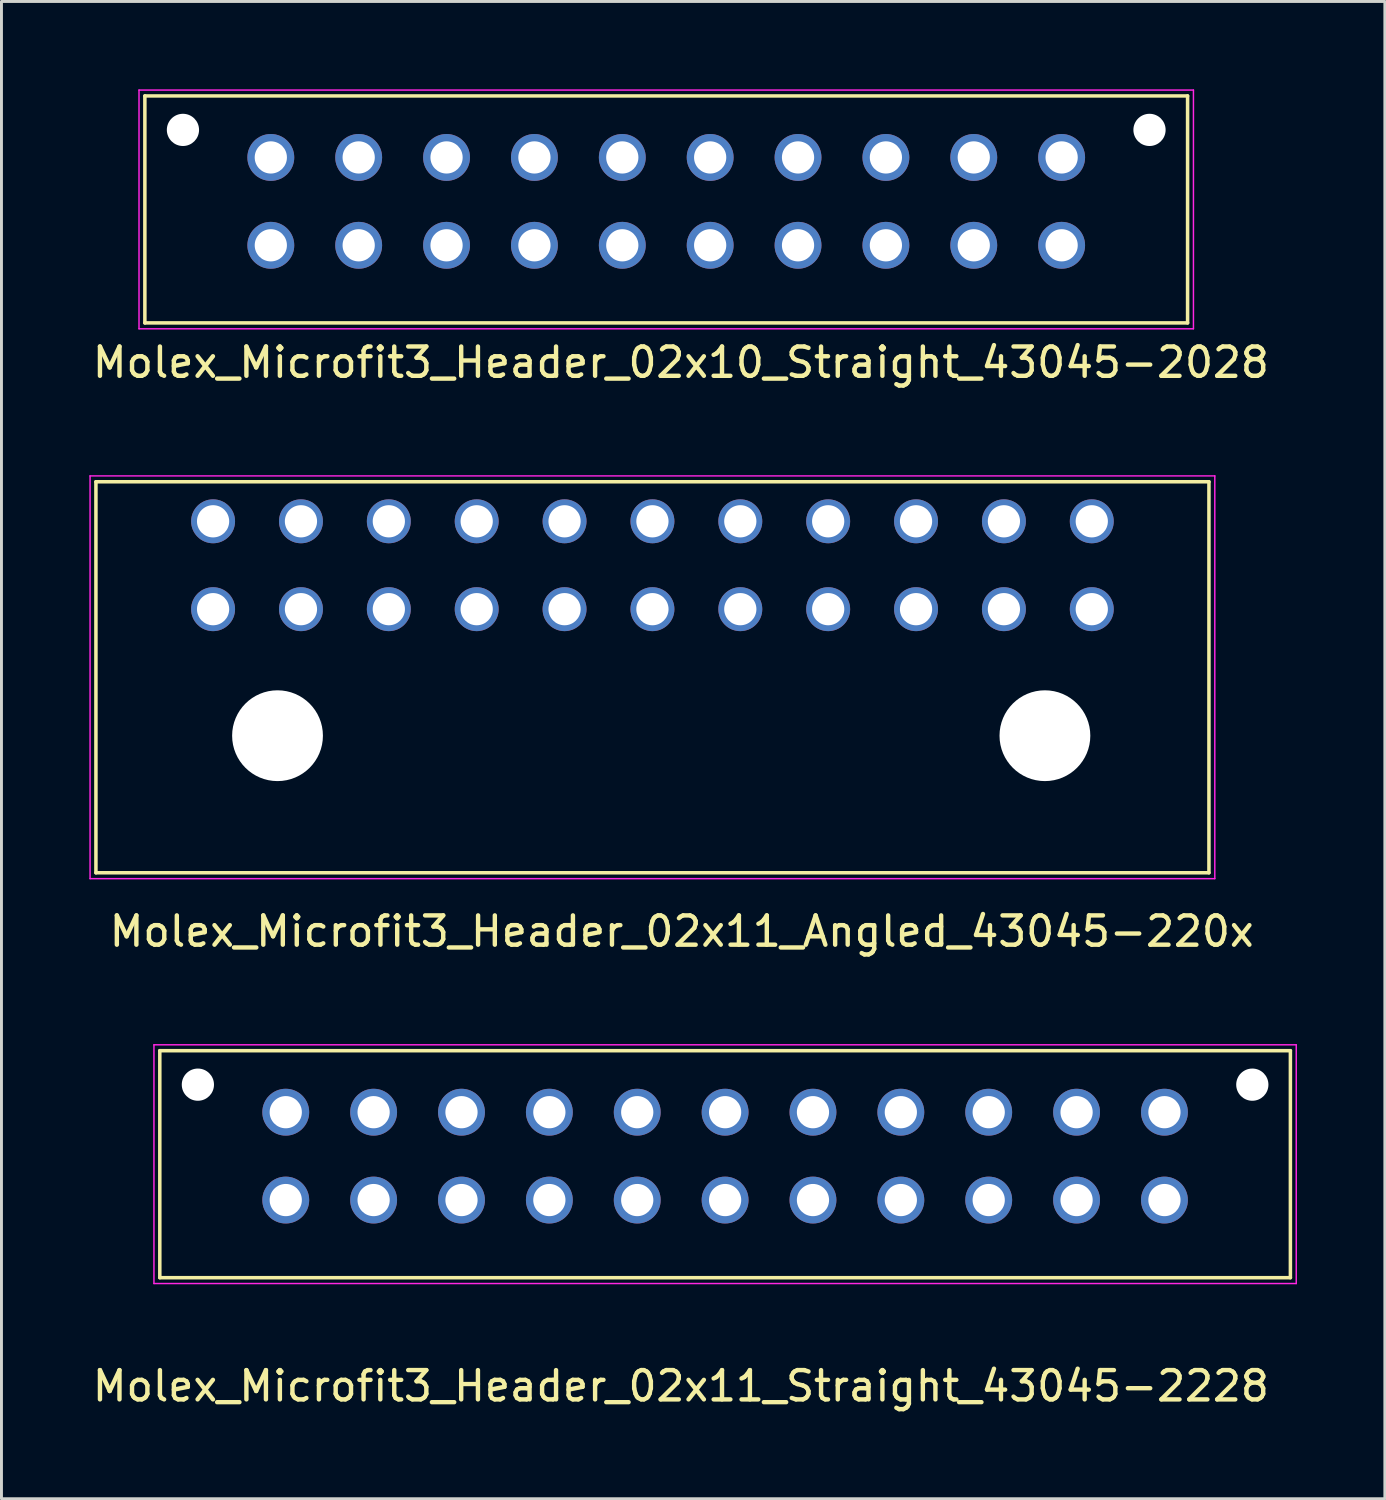
<source format=kicad_pcb>
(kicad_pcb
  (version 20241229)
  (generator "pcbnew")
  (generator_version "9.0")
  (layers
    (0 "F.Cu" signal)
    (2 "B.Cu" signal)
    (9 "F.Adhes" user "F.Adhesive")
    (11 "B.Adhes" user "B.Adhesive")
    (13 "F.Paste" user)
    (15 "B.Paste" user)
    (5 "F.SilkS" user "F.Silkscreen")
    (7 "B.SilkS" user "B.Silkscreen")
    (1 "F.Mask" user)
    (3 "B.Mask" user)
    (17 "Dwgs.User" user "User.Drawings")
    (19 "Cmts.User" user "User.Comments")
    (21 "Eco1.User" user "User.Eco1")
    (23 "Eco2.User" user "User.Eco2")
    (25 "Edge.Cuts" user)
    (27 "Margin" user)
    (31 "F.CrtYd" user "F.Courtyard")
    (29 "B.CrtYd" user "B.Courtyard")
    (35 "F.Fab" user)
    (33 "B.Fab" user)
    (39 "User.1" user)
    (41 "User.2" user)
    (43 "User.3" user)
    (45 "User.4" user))
  (footprint "Molex_Microfit3_Header_02x10_Straight_43045-2028"
    (layer "F.Cu")
    (at 33.196 5.325)
    (property "Reference" "Molex_Microfit3_Header_02x10_Straight_43045-2028" (at -13 4 0) (layer "F.SilkS") (effects (font (size 1 1) (thickness 0.15))))
    (attr through_hole)
    (fp_line (start -31.3 2.65) (end -31.3 -5.1) (stroke (width 0.12) (type solid)) (layer "F.SilkS"))
    (fp_line (start 4.3 -5.1) (end -31.3 -5.1) (stroke (width 0.12) (type solid)) (layer "F.SilkS"))
    (fp_line (start 4.3 2.65) (end -31.3 2.65) (stroke (width 0.12) (type solid)) (layer "F.SilkS"))
    (fp_line (start 4.3 2.65) (end 4.3 -5.1) (stroke (width 0.12) (type solid)) (layer "F.SilkS"))
    (fp_line (start -31.5 2.85) (end -31.5 -5.3) (stroke (width 0.05) (type solid)) (layer "F.CrtYd"))
    (fp_line (start 4.5 -5.3) (end -31.5 -5.3) (stroke (width 0.05) (type solid)) (layer "F.CrtYd"))
    (fp_line (start 4.5 2.85) (end -31.5 2.85) (stroke (width 0.05) (type solid)) (layer "F.CrtYd"))
    (fp_line (start 4.5 2.85) (end 4.5 -5.3) (stroke (width 0.05) (type solid)) (layer "F.CrtYd"))
    (pad "" np_thru_hole circle (at -30 -3.94) (size 1.1 1.1) (drill 1.1) (layers "*.Cu" "*.Mask"))
    (pad "" np_thru_hole circle (at 3 -3.94) (size 1.1 1.1) (drill 1.1) (layers "*.Cu" "*.Mask"))
    (pad "1" thru_hole circle (at 0 0) (size 1.6 1.6) (drill 1.1) (layers "*.Cu" "*.Mask"))
    (pad "2" thru_hole circle (at -3 0) (size 1.6 1.6) (drill 1.1) (layers "*.Cu" "*.Mask"))
    (pad "3" thru_hole circle (at -6 0) (size 1.6 1.6) (drill 1.1) (layers "*.Cu" "*.Mask"))
    (pad "4" thru_hole circle (at -9 0) (size 1.6 1.6) (drill 1.1) (layers "*.Cu" "*.Mask"))
    (pad "5" thru_hole circle (at -12 0) (size 1.6 1.6) (drill 1.1) (layers "*.Cu" "*.Mask"))
    (pad "6" thru_hole circle (at -15 0) (size 1.6 1.6) (drill 1.1) (layers "*.Cu" "*.Mask"))
    (pad "7" thru_hole circle (at -18 0) (size 1.6 1.6) (drill 1.1) (layers "*.Cu" "*.Mask"))
    (pad "8" thru_hole circle (at -21 0) (size 1.6 1.6) (drill 1.1) (layers "*.Cu" "*.Mask"))
    (pad "9" thru_hole circle (at -24 0) (size 1.6 1.6) (drill 1.1) (layers "*.Cu" "*.Mask"))
    (pad "10" thru_hole circle (at -27 0) (size 1.6 1.6) (drill 1.1) (layers "*.Cu" "*.Mask"))
    (pad "11" thru_hole circle (at 0 -3) (size 1.6 1.6) (drill 1.1) (layers "*.Cu" "*.Mask"))
    (pad "12" thru_hole circle (at -3 -3) (size 1.6 1.6) (drill 1.1) (layers "*.Cu" "*.Mask"))
    (pad "13" thru_hole circle (at -6 -3) (size 1.6 1.6) (drill 1.1) (layers "*.Cu" "*.Mask"))
    (pad "14" thru_hole circle (at -9 -3) (size 1.6 1.6) (drill 1.1) (layers "*.Cu" "*.Mask"))
    (pad "15" thru_hole circle (at -12 -3) (size 1.6 1.6) (drill 1.1) (layers "*.Cu" "*.Mask"))
    (pad "16" thru_hole circle (at -15 -3) (size 1.6 1.6) (drill 1.1) (layers "*.Cu" "*.Mask"))
    (pad "17" thru_hole circle (at -18 -3) (size 1.6 1.6) (drill 1.1) (layers "*.Cu" "*.Mask"))
    (pad "18" thru_hole circle (at -21 -3) (size 1.6 1.6) (drill 1.1) (layers "*.Cu" "*.Mask"))
    (pad "19" thru_hole circle (at -24 -3) (size 1.6 1.6) (drill 1.1) (layers "*.Cu" "*.Mask"))
    (pad "20" thru_hole circle (at -27 -3) (size 1.6 1.6) (drill 1.1) (layers "*.Cu" "*.Mask")))
  (footprint "Molex_Microfit3_Header_02x11_Straight_43045-2228"
    (layer "F.Cu")
    (at 36.706 37.922)
    (property "Reference" "Molex_Microfit3_Header_02x11_Straight_43045-2228" (at -16.51 6.35 0) (layer "F.SilkS") (effects (font (size 1 1) (thickness 0.15))))
    (attr through_hole)
    (fp_line (start -34.3 2.65) (end -34.3 -5.1) (stroke (width 0.12) (type solid)) (layer "F.SilkS"))
    (fp_line (start 4.3 -5.1) (end -34.3 -5.1) (stroke (width 0.12) (type solid)) (layer "F.SilkS"))
    (fp_line (start 4.3 2.65) (end -34.3 2.65) (stroke (width 0.12) (type solid)) (layer "F.SilkS"))
    (fp_line (start 4.3 2.65) (end 4.3 -5.1) (stroke (width 0.12) (type solid)) (layer "F.SilkS"))
    (fp_line (start -34.5 2.85) (end -34.5 -5.3) (stroke (width 0.05) (type solid)) (layer "F.CrtYd"))
    (fp_line (start 4.5 -5.3) (end -34.5 -5.3) (stroke (width 0.05) (type solid)) (layer "F.CrtYd"))
    (fp_line (start 4.5 2.85) (end -34.5 2.85) (stroke (width 0.05) (type solid)) (layer "F.CrtYd"))
    (fp_line (start 4.5 2.85) (end 4.5 -5.3) (stroke (width 0.05) (type solid)) (layer "F.CrtYd"))
    (pad "" np_thru_hole circle (at -33 -3.94) (size 1.1 1.1) (drill 1.1) (layers "*.Cu" "*.Mask"))
    (pad "" np_thru_hole circle (at 3 -3.94) (size 1.1 1.1) (drill 1.1) (layers "*.Cu" "*.Mask"))
    (pad "1" thru_hole circle (at 0 0) (size 1.6 1.6) (drill 1.1) (layers "*.Cu" "*.Mask"))
    (pad "2" thru_hole circle (at -3 0) (size 1.6 1.6) (drill 1.1) (layers "*.Cu" "*.Mask"))
    (pad "3" thru_hole circle (at -6 0) (size 1.6 1.6) (drill 1.1) (layers "*.Cu" "*.Mask"))
    (pad "4" thru_hole circle (at -9 0) (size 1.6 1.6) (drill 1.1) (layers "*.Cu" "*.Mask"))
    (pad "5" thru_hole circle (at -12 0) (size 1.6 1.6) (drill 1.1) (layers "*.Cu" "*.Mask"))
    (pad "6" thru_hole circle (at -15 0) (size 1.6 1.6) (drill 1.1) (layers "*.Cu" "*.Mask"))
    (pad "7" thru_hole circle (at -18 0) (size 1.6 1.6) (drill 1.1) (layers "*.Cu" "*.Mask"))
    (pad "8" thru_hole circle (at -21 0) (size 1.6 1.6) (drill 1.1) (layers "*.Cu" "*.Mask"))
    (pad "9" thru_hole circle (at -24 0) (size 1.6 1.6) (drill 1.1) (layers "*.Cu" "*.Mask"))
    (pad "10" thru_hole circle (at -27 0) (size 1.6 1.6) (drill 1.1) (layers "*.Cu" "*.Mask"))
    (pad "11" thru_hole circle (at -30 0) (size 1.6 1.6) (drill 1.1) (layers "*.Cu" "*.Mask"))
    (pad "12" thru_hole circle (at 0 -3) (size 1.6 1.6) (drill 1.1) (layers "*.Cu" "*.Mask"))
    (pad "13" thru_hole circle (at -3 -3) (size 1.6 1.6) (drill 1.1) (layers "*.Cu" "*.Mask"))
    (pad "14" thru_hole circle (at -6 -3) (size 1.6 1.6) (drill 1.1) (layers "*.Cu" "*.Mask"))
    (pad "15" thru_hole circle (at -9 -3) (size 1.6 1.6) (drill 1.1) (layers "*.Cu" "*.Mask"))
    (pad "16" thru_hole circle (at -12 -3) (size 1.6 1.6) (drill 1.1) (layers "*.Cu" "*.Mask"))
    (pad "17" thru_hole circle (at -15 -3) (size 1.6 1.6) (drill 1.1) (layers "*.Cu" "*.Mask"))
    (pad "18" thru_hole circle (at -18 -3) (size 1.6 1.6) (drill 1.1) (layers "*.Cu" "*.Mask"))
    (pad "19" thru_hole circle (at -21 -3) (size 1.6 1.6) (drill 1.1) (layers "*.Cu" "*.Mask"))
    (pad "20" thru_hole circle (at -24 -3) (size 1.6 1.6) (drill 1.1) (layers "*.Cu" "*.Mask"))
    (pad "21" thru_hole circle (at -27 -3) (size 1.6 1.6) (drill 1.1) (layers "*.Cu" "*.Mask"))
    (pad "22" thru_hole circle (at -30 -3) (size 1.6 1.6) (drill 1.1) (layers "*.Cu" "*.Mask")))
  (footprint "Molex_Microfit3_Header_02x11_Angled_43045-220x"
    (layer "F.Cu")
    (at 34.225 17.748)
    (property "Reference" "Molex_Microfit3_Header_02x11_Angled_43045-220x" (at -14 11 0) (layer "F.SilkS") (effects (font (size 1 1) (thickness 0.15))))
    (attr through_hole)
    (fp_line (start -34 -4.35) (end 4 -4.35) (stroke (width 0.12) (type solid)) (layer "F.SilkS"))
    (fp_line (start -34 9) (end -34 -4.35) (stroke (width 0.12) (type solid)) (layer "F.SilkS"))
    (fp_line (start 4 -4.35) (end 4 9) (stroke (width 0.12) (type solid)) (layer "F.SilkS"))
    (fp_line (start 4 9) (end -34 9) (stroke (width 0.12) (type solid)) (layer "F.SilkS"))
    (fp_line (start -34.2 -4.55) (end -34.2 9.2) (stroke (width 0.05) (type solid)) (layer "F.CrtYd"))
    (fp_line (start -34.2 9.2) (end 4.2 9.2) (stroke (width 0.05) (type solid)) (layer "F.CrtYd"))
    (fp_line (start 4.2 -4.55) (end -34.2 -4.55) (stroke (width 0.05) (type solid)) (layer "F.CrtYd"))
    (fp_line (start 4.2 9.2) (end 4.2 -4.55) (stroke (width 0.05) (type solid)) (layer "F.CrtYd"))
    (pad "" np_thru_hole circle (at -27.8 4.32) (size 3.1 3.1) (drill 3.1) (layers "*.Cu" "*.Mask"))
    (pad "" np_thru_hole circle (at -1.6 4.32) (size 3.1 3.1) (drill 3.1) (layers "*.Cu" "*.Mask"))
    (pad "1" thru_hole circle (at 0 0) (size 1.5 1.5) (drill 1.1) (layers "*.Cu" "*.Mask"))
    (pad "2" thru_hole circle (at -3 0) (size 1.5 1.5) (drill 1.1) (layers "*.Cu" "*.Mask"))
    (pad "3" thru_hole circle (at -6 0) (size 1.5 1.5) (drill 1.1) (layers "*.Cu" "*.Mask"))
    (pad "4" thru_hole circle (at -9 0) (size 1.5 1.5) (drill 1.1) (layers "*.Cu" "*.Mask"))
    (pad "5" thru_hole circle (at -12 0) (size 1.5 1.5) (drill 1.1) (layers "*.Cu" "*.Mask"))
    (pad "6" thru_hole circle (at -15 0) (size 1.5 1.5) (drill 1.1) (layers "*.Cu" "*.Mask"))
    (pad "7" thru_hole circle (at -18 0) (size 1.5 1.5) (drill 1.1) (layers "*.Cu" "*.Mask"))
    (pad "8" thru_hole circle (at -21 0) (size 1.5 1.5) (drill 1.1) (layers "*.Cu" "*.Mask"))
    (pad "9" thru_hole circle (at -24 0) (size 1.5 1.5) (drill 1.1) (layers "*.Cu" "*.Mask"))
    (pad "10" thru_hole circle (at -27 0) (size 1.5 1.5) (drill 1.1) (layers "*.Cu" "*.Mask"))
    (pad "11" thru_hole circle (at -30 0) (size 1.5 1.5) (drill 1.1) (layers "*.Cu" "*.Mask"))
    (pad "12" thru_hole circle (at 0 -3) (size 1.5 1.5) (drill 1.1) (layers "*.Cu" "*.Mask"))
    (pad "13" thru_hole circle (at -3 -3) (size 1.5 1.5) (drill 1.1) (layers "*.Cu" "*.Mask"))
    (pad "14" thru_hole circle (at -6 -3) (size 1.5 1.5) (drill 1.1) (layers "*.Cu" "*.Mask"))
    (pad "15" thru_hole circle (at -9 -3) (size 1.5 1.5) (drill 1.1) (layers "*.Cu" "*.Mask"))
    (pad "16" thru_hole circle (at -12 -3) (size 1.5 1.5) (drill 1.1) (layers "*.Cu" "*.Mask"))
    (pad "17" thru_hole circle (at -15 -3) (size 1.5 1.5) (drill 1.1) (layers "*.Cu" "*.Mask"))
    (pad "18" thru_hole circle (at -18 -3) (size 1.5 1.5) (drill 1.1) (layers "*.Cu" "*.Mask"))
    (pad "19" thru_hole circle (at -21 -3) (size 1.5 1.5) (drill 1.1) (layers "*.Cu" "*.Mask"))
    (pad "20" thru_hole circle (at -24 -3) (size 1.5 1.5) (drill 1.1) (layers "*.Cu" "*.Mask"))
    (pad "21" thru_hole circle (at -27 -3) (size 1.5 1.5) (drill 1.1) (layers "*.Cu" "*.Mask"))
    (pad "22" thru_hole circle (at -30 -3) (size 1.5 1.5) (drill 1.1) (layers "*.Cu" "*.Mask")))
  (gr_rect
    (start -3 -3)
    (end 44.231 48.12)
    (stroke (width 0.1) (type default))
    (fill no)
    (layer "Edge.Cuts")))
</source>
